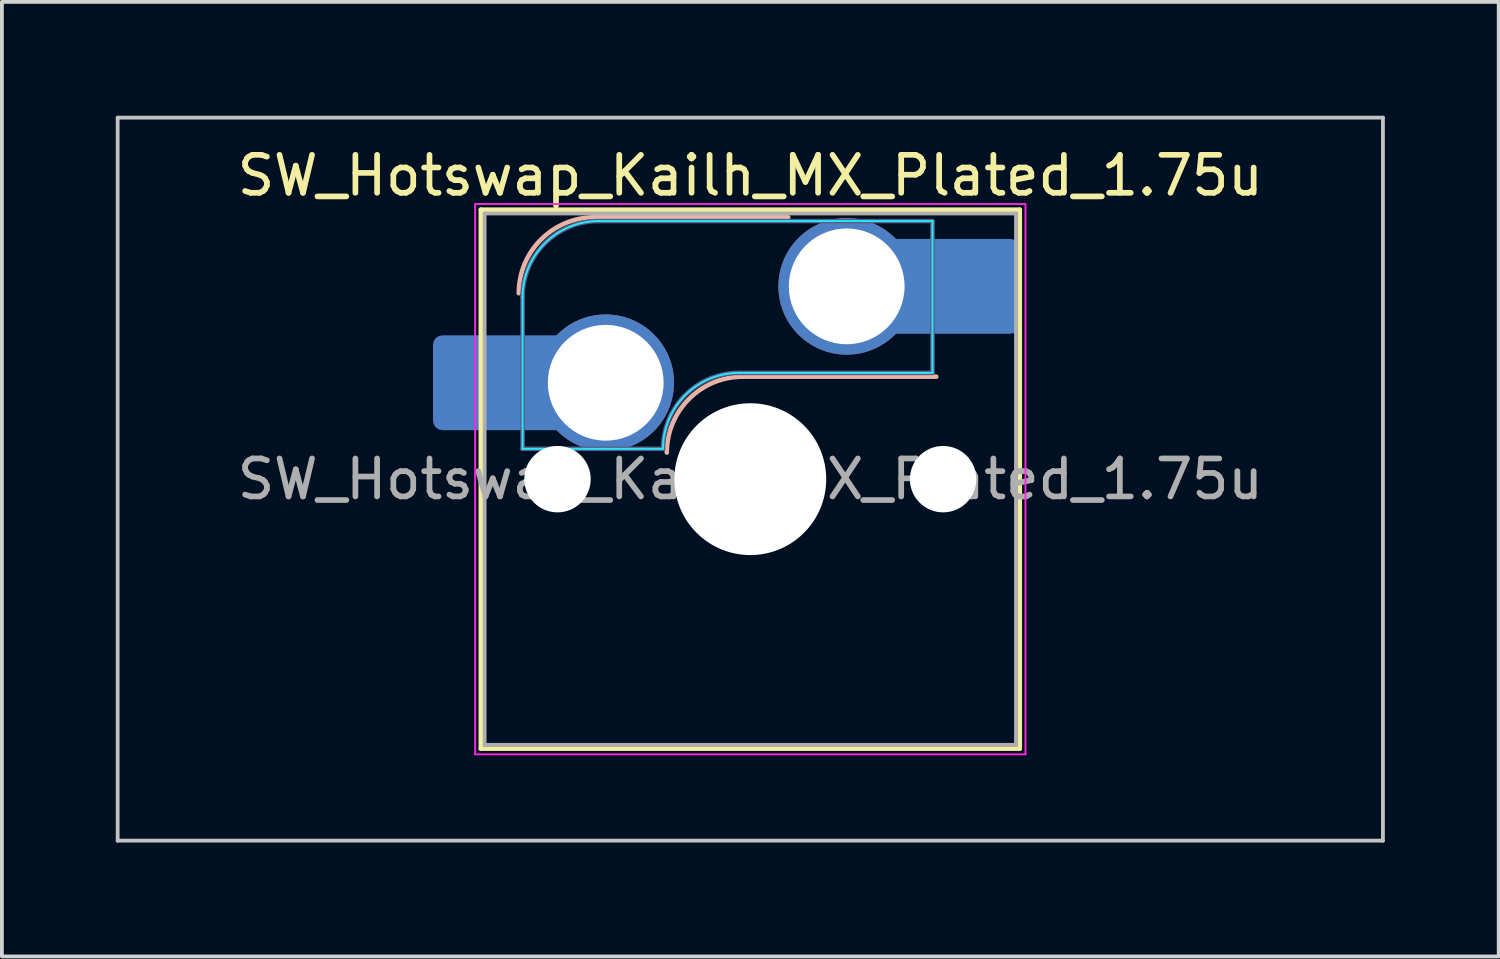
<source format=kicad_pcb>
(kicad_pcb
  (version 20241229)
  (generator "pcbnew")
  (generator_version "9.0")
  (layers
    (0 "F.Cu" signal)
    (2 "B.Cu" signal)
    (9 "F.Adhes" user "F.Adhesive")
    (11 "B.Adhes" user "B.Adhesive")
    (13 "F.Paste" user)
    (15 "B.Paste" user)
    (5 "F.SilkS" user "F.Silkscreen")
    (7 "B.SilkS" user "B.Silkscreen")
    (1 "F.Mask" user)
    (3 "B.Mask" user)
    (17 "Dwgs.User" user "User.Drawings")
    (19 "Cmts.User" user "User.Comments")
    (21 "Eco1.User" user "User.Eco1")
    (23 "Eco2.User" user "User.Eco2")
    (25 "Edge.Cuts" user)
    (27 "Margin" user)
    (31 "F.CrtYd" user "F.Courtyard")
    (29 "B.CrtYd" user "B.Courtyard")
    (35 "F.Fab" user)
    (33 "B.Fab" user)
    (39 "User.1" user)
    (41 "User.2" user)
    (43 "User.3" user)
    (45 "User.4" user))
  (footprint "SW_Hotswap_Kailh_MX_Plated_1.75u"
    (layer "F.Cu")
    (at 16.719 9.575)
    (property "Reference" "SW_Hotswap_Kailh_MX_Plated_1.75u" (at 0 -8 0) (layer "F.SilkS") (effects (font (size 1 1) (thickness 0.15))))
    (attr smd)
    (fp_line (start -7.1 -7.1) (end -7.1 7.1) (stroke (width 0.12) (type solid)) (layer "F.SilkS"))
    (fp_line (start -7.1 7.1) (end 7.1 7.1) (stroke (width 0.12) (type solid)) (layer "F.SilkS"))
    (fp_line (start 7.1 -7.1) (end -7.1 -7.1) (stroke (width 0.12) (type solid)) (layer "F.SilkS"))
    (fp_line (start 7.1 7.1) (end 7.1 -7.1) (stroke (width 0.12) (type solid)) (layer "F.SilkS"))
    (fp_line (start -4.1 -6.9) (end 1 -6.9) (stroke (width 0.12) (type solid)) (layer "B.SilkS"))
    (fp_line (start -0.2 -2.7) (end 4.9 -2.7) (stroke (width 0.12) (type solid)) (layer "B.SilkS"))
    (fp_arc (start -6.1 -4.9) (mid -5.514214 -6.314214) (end -4.1 -6.9) (stroke (width 0.12) (type solid)) (layer "B.SilkS"))
    (fp_arc (start -2.2 -0.7) (mid -1.614214 -2.114214) (end -0.2 -2.7) (stroke (width 0.12) (type solid)) (layer "B.SilkS"))
    (fp_line (start -16.669 -9.525) (end -16.669 9.525) (stroke (width 0.1) (type solid)) (layer "Dwgs.User"))
    (fp_line (start -16.669 9.525) (end 16.669 9.525) (stroke (width 0.1) (type solid)) (layer "Dwgs.User"))
    (fp_line (start 16.669 -9.525) (end -16.669 -9.525) (stroke (width 0.1) (type solid)) (layer "Dwgs.User"))
    (fp_line (start 16.669 9.525) (end 16.669 -9.525) (stroke (width 0.1) (type solid)) (layer "Dwgs.User"))
    (fp_line (start -7.8 -6) (end -7 -6) (stroke (width 0.1) (type solid)) (layer "Eco1.User"))
    (fp_line (start -7.8 -2.9) (end -7.8 -6) (stroke (width 0.1) (type solid)) (layer "Eco1.User"))
    (fp_line (start -7.8 2.9) (end -7 2.9) (stroke (width 0.1) (type solid)) (layer "Eco1.User"))
    (fp_line (start -7.8 6) (end -7.8 2.9) (stroke (width 0.1) (type solid)) (layer "Eco1.User"))
    (fp_line (start -7 -7) (end 7 -7) (stroke (width 0.1) (type solid)) (layer "Eco1.User"))
    (fp_line (start -7 -6) (end -7 -7) (stroke (width 0.1) (type solid)) (layer "Eco1.User"))
    (fp_line (start -7 -2.9) (end -7.8 -2.9) (stroke (width 0.1) (type solid)) (layer "Eco1.User"))
    (fp_line (start -7 2.9) (end -7 -2.9) (stroke (width 0.1) (type solid)) (layer "Eco1.User"))
    (fp_line (start -7 6) (end -7.8 6) (stroke (width 0.1) (type solid)) (layer "Eco1.User"))
    (fp_line (start -7 7) (end -7 6) (stroke (width 0.1) (type solid)) (layer "Eco1.User"))
    (fp_line (start 7 -7) (end 7 -6) (stroke (width 0.1) (type solid)) (layer "Eco1.User"))
    (fp_line (start 7 -6) (end 7.8 -6) (stroke (width 0.1) (type solid)) (layer "Eco1.User"))
    (fp_line (start 7 -2.9) (end 7 2.9) (stroke (width 0.1) (type solid)) (layer "Eco1.User"))
    (fp_line (start 7 2.9) (end 7.8 2.9) (stroke (width 0.1) (type solid)) (layer "Eco1.User"))
    (fp_line (start 7 6) (end 7 7) (stroke (width 0.1) (type solid)) (layer "Eco1.User"))
    (fp_line (start 7 7) (end -7 7) (stroke (width 0.1) (type solid)) (layer "Eco1.User"))
    (fp_line (start 7.8 -6) (end 7.8 -2.9) (stroke (width 0.1) (type solid)) (layer "Eco1.User"))
    (fp_line (start 7.8 -2.9) (end 7 -2.9) (stroke (width 0.1) (type solid)) (layer "Eco1.User"))
    (fp_line (start 7.8 2.9) (end 7.8 6) (stroke (width 0.1) (type solid)) (layer "Eco1.User"))
    (fp_line (start 7.8 6) (end 7 6) (stroke (width 0.1) (type solid)) (layer "Eco1.User"))
    (fp_line (start -6 -0.8) (end -6 -4.8) (stroke (width 0.05) (type solid)) (layer "B.CrtYd"))
    (fp_line (start -6 -0.8) (end -2.3 -0.8) (stroke (width 0.05) (type solid)) (layer "B.CrtYd"))
    (fp_line (start -4 -6.8) (end 4.8 -6.8) (stroke (width 0.05) (type solid)) (layer "B.CrtYd"))
    (fp_line (start -0.3 -2.8) (end 4.8 -2.8) (stroke (width 0.05) (type solid)) (layer "B.CrtYd"))
    (fp_line (start 4.8 -6.8) (end 4.8 -2.8) (stroke (width 0.05) (type solid)) (layer "B.CrtYd"))
    (fp_arc (start -6 -4.8) (mid -5.414214 -6.214214) (end -4 -6.8) (stroke (width 0.05) (type solid)) (layer "B.CrtYd"))
    (fp_arc (start -2.3 -0.8) (mid -1.714214 -2.214214) (end -0.3 -2.8) (stroke (width 0.05) (type solid)) (layer "B.CrtYd"))
    (fp_line (start -7.25 -7.25) (end -7.25 7.25) (stroke (width 0.05) (type solid)) (layer "F.CrtYd"))
    (fp_line (start -7.25 7.25) (end 7.25 7.25) (stroke (width 0.05) (type solid)) (layer "F.CrtYd"))
    (fp_line (start 7.25 -7.25) (end -7.25 -7.25) (stroke (width 0.05) (type solid)) (layer "F.CrtYd"))
    (fp_line (start 7.25 7.25) (end 7.25 -7.25) (stroke (width 0.05) (type solid)) (layer "F.CrtYd"))
    (fp_line (start -6 -0.8) (end -6 -4.8) (stroke (width 0.12) (type solid)) (layer "B.Fab"))
    (fp_line (start -6 -0.8) (end -2.3 -0.8) (stroke (width 0.12) (type solid)) (layer "B.Fab"))
    (fp_line (start -4 -6.8) (end 4.8 -6.8) (stroke (width 0.12) (type solid)) (layer "B.Fab"))
    (fp_line (start -0.3 -2.8) (end 4.8 -2.8) (stroke (width 0.12) (type solid)) (layer "B.Fab"))
    (fp_line (start 4.8 -6.8) (end 4.8 -2.8) (stroke (width 0.12) (type solid)) (layer "B.Fab"))
    (fp_arc (start -6 -4.8) (mid -5.414214 -6.214214) (end -4 -6.8) (stroke (width 0.12) (type solid)) (layer "B.Fab"))
    (fp_arc (start -2.3 -0.8) (mid -1.714214 -2.214214) (end -0.3 -2.8) (stroke (width 0.12) (type solid)) (layer "B.Fab"))
    (fp_line (start -7 -7) (end -7 7) (stroke (width 0.1) (type solid)) (layer "F.Fab"))
    (fp_line (start -7 7) (end 7 7) (stroke (width 0.1) (type solid)) (layer "F.Fab"))
    (fp_line (start 7 -7) (end -7 -7) (stroke (width 0.1) (type solid)) (layer "F.Fab"))
    (fp_line (start 7 7) (end 7 -7) (stroke (width 0.1) (type solid)) (layer "F.Fab"))
    (fp_text user "${REFERENCE}" (at 0 0 0) (layer "F.Fab") (effects (font (size 1 1) (thickness 0.15))))
    (pad "" smd roundrect (at -7.085 -2.54) (size 2.55 2.5) (layers "B.Mask" "B.Paste") (roundrect_rratio 0.1))
    (pad "" np_thru_hole circle (at -5.08 0) (size 1.75 1.75) (drill 1.75) (layers "*.Cu" "*.Mask"))
    (pad "" np_thru_hole circle (at 0 0) (size 4 4) (drill 4) (layers "*.Cu" "*.Mask"))
    (pad "" np_thru_hole circle (at 5.08 0) (size 1.75 1.75) (drill 1.75) (layers "*.Cu" "*.Mask"))
    (pad "" smd roundrect (at 5.842 -5.08) (size 2.55 2.5) (layers "B.Mask" "B.Paste") (roundrect_rratio 0.1))
    (pad "1" smd roundrect (at -6.585 -2.54) (size 3.55 2.5) (layers "B.Cu") (roundrect_rratio 0.1))
    (pad "1" thru_hole circle (at -3.81 -2.54) (size 3.6 3.6) (drill 3.05) (layers "*.Cu" "*.Mask"))
    (pad "2" thru_hole circle (at 2.54 -5.08) (size 3.6 3.6) (drill 3.05) (layers "*.Cu" "*.Mask"))
    (pad "2" smd roundrect (at 5.32 -5.08) (size 3.55 2.5) (layers "B.Cu") (roundrect_rratio 0.1)))
  (gr_rect
    (start -3 -3)
    (end 36.438 22.15)
    (stroke (width 0.1) (type default))
    (fill no)
    (layer "Edge.Cuts")))
</source>
